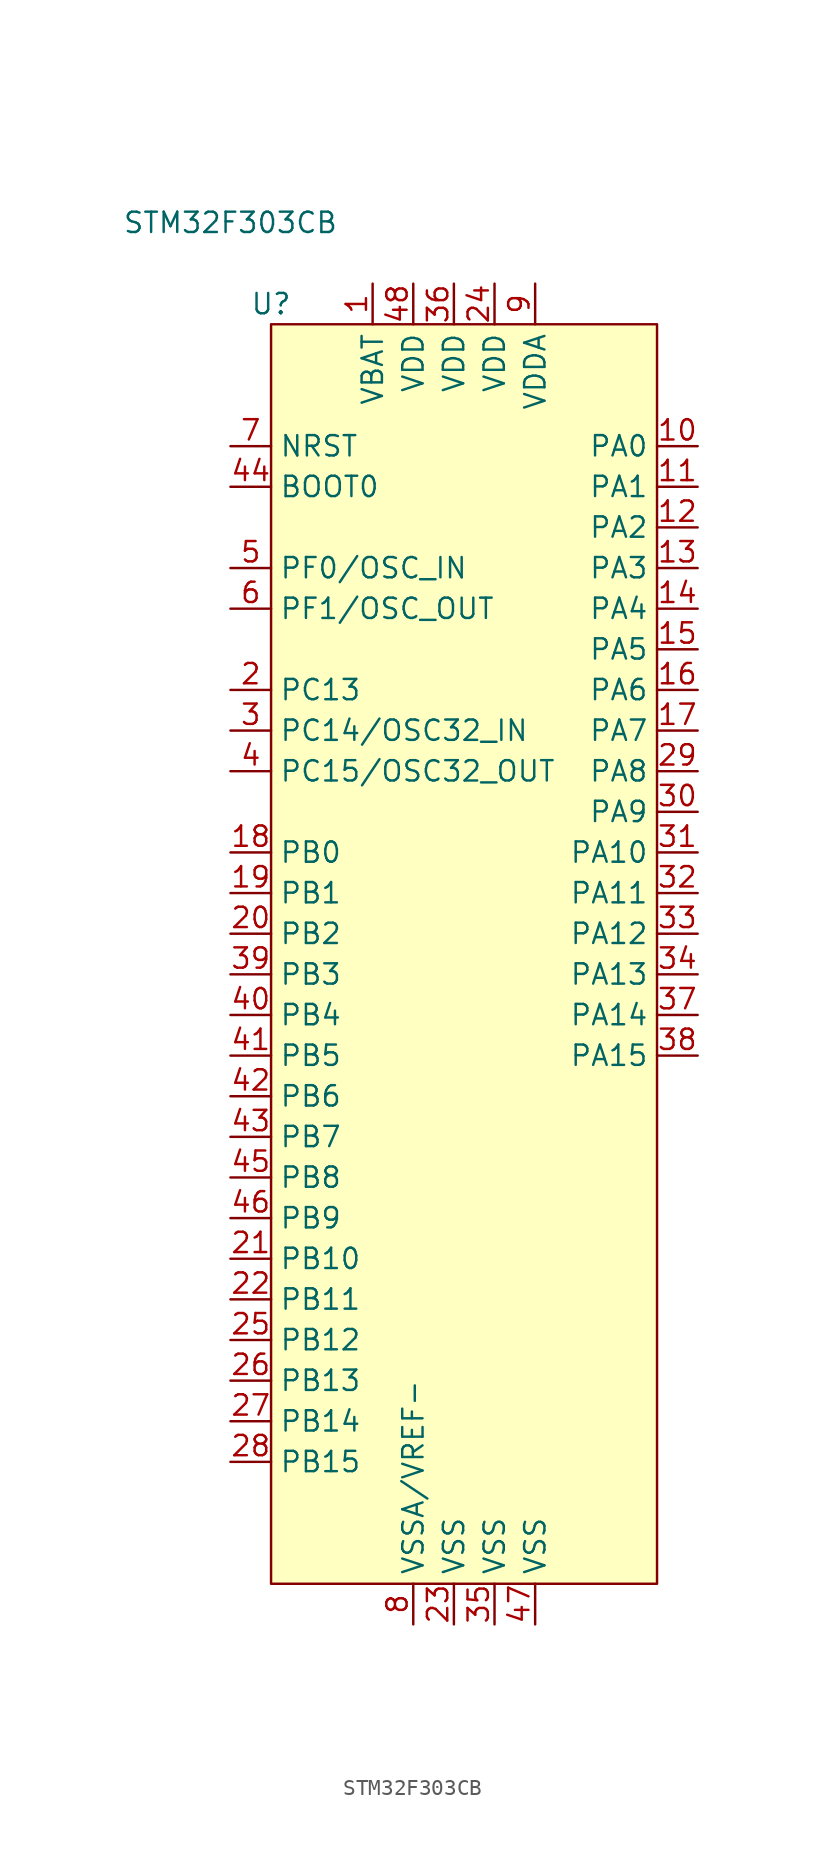
<source format=kicad_sym>
(kicad_symbol_lib
  (version 20220914)
  (generator kicad_symbol_editor)
  (symbol "STM32F303CB"
    (property "Reference" "U"
      (at 16.51 -13.97 0)
      (effects (font (size 1.27 1.27))))
    (property "Value" "STM32F303CB"
      (at 13.97 -8.89 0)
      (effects (font (size 1.27 1.27))))
    (symbol "STM32F303CB_1_1"
      (rectangle (start 16.51 -15.24) (end 40.64 -93.98) (stroke (width 0) (type default)) (fill (type background)))
      (pin power_in line (at 22.86 -12.7 270) (length 2.54) (name "VBAT" (effects (font (size 1.27 1.27)))) (number "1" (effects (font (size 1.27 1.27)))))
      (pin bidirectional line (at 43.18 -22.86 180) (length 2.54) (name "PA0" (effects (font (size 1.27 1.27)))) (number "10" (effects (font (size 1.27 1.27)))))
      (pin bidirectional line (at 43.18 -25.4 180) (length 2.54) (name "PA1" (effects (font (size 1.27 1.27)))) (number "11" (effects (font (size 1.27 1.27)))))
      (pin bidirectional line (at 43.18 -27.94 180) (length 2.54) (name "PA2" (effects (font (size 1.27 1.27)))) (number "12" (effects (font (size 1.27 1.27)))))
      (pin bidirectional line (at 43.18 -30.48 180) (length 2.54) (name "PA3" (effects (font (size 1.27 1.27)))) (number "13" (effects (font (size 1.27 1.27)))))
      (pin bidirectional line (at 43.18 -33.02 180) (length 2.54) (name "PA4" (effects (font (size 1.27 1.27)))) (number "14" (effects (font (size 1.27 1.27)))))
      (pin bidirectional line (at 43.18 -35.56 180) (length 2.54) (name "PA5" (effects (font (size 1.27 1.27)))) (number "15" (effects (font (size 1.27 1.27)))))
      (pin bidirectional line (at 43.18 -38.1 180) (length 2.54) (name "PA6" (effects (font (size 1.27 1.27)))) (number "16" (effects (font (size 1.27 1.27)))))
      (pin bidirectional line (at 43.18 -40.64 180) (length 2.54) (name "PA7" (effects (font (size 1.27 1.27)))) (number "17" (effects (font (size 1.27 1.27)))))
      (pin bidirectional line (at 13.97 -48.26 0) (length 2.54) (name "PB0" (effects (font (size 1.27 1.27)))) (number "18" (effects (font (size 1.27 1.27)))))
      (pin bidirectional line (at 13.97 -50.8 0) (length 2.54) (name "PB1" (effects (font (size 1.27 1.27)))) (number "19" (effects (font (size 1.27 1.27)))))
      (pin bidirectional line (at 13.97 -38.1 0) (length 2.54) (name "PC13" (effects (font (size 1.27 1.27)))) (number "2" (effects (font (size 1.27 1.27)))))
      (pin bidirectional line (at 13.97 -53.34 0) (length 2.54) (name "PB2" (effects (font (size 1.27 1.27)))) (number "20" (effects (font (size 1.27 1.27)))))
      (pin bidirectional line (at 13.97 -73.66 0) (length 2.54) (name "PB10" (effects (font (size 1.27 1.27)))) (number "21" (effects (font (size 1.27 1.27)))))
      (pin bidirectional line (at 13.97 -76.2 0) (length 2.54) (name "PB11" (effects (font (size 1.27 1.27)))) (number "22" (effects (font (size 1.27 1.27)))))
      (pin power_in line (at 27.94 -96.52 90) (length 2.54) (name "VSS" (effects (font (size 1.27 1.27)))) (number "23" (effects (font (size 1.27 1.27)))))
      (pin power_in line (at 30.48 -12.7 270) (length 2.54) (name "VDD" (effects (font (size 1.27 1.27)))) (number "24" (effects (font (size 1.27 1.27)))))
      (pin bidirectional line (at 13.97 -78.74 0) (length 2.54) (name "PB12" (effects (font (size 1.27 1.27)))) (number "25" (effects (font (size 1.27 1.27)))))
      (pin bidirectional line (at 13.97 -81.28 0) (length 2.54) (name "PB13" (effects (font (size 1.27 1.27)))) (number "26" (effects (font (size 1.27 1.27)))))
      (pin bidirectional line (at 13.97 -83.82 0) (length 2.54) (name "PB14" (effects (font (size 1.27 1.27)))) (number "27" (effects (font (size 1.27 1.27)))))
      (pin bidirectional line (at 13.97 -86.36 0) (length 2.54) (name "PB15" (effects (font (size 1.27 1.27)))) (number "28" (effects (font (size 1.27 1.27)))))
      (pin bidirectional line (at 43.18 -43.18 180) (length 2.54) (name "PA8" (effects (font (size 1.27 1.27)))) (number "29" (effects (font (size 1.27 1.27)))))
      (pin bidirectional line (at 13.97 -40.64 0) (length 2.54) (name "PC14/OSC32_IN" (effects (font (size 1.27 1.27)))) (number "3" (effects (font (size 1.27 1.27)))))
      (pin bidirectional line (at 43.18 -45.72 180) (length 2.54) (name "PA9" (effects (font (size 1.27 1.27)))) (number "30" (effects (font (size 1.27 1.27)))))
      (pin bidirectional line (at 43.18 -48.26 180) (length 2.54) (name "PA10" (effects (font (size 1.27 1.27)))) (number "31" (effects (font (size 1.27 1.27)))))
      (pin bidirectional line (at 43.18 -50.8 180) (length 2.54) (name "PA11" (effects (font (size 1.27 1.27)))) (number "32" (effects (font (size 1.27 1.27)))))
      (pin bidirectional line (at 43.18 -53.34 180) (length 2.54) (name "PA12" (effects (font (size 1.27 1.27)))) (number "33" (effects (font (size 1.27 1.27)))))
      (pin bidirectional line (at 43.18 -55.88 180) (length 2.54) (name "PA13" (effects (font (size 1.27 1.27)))) (number "34" (effects (font (size 1.27 1.27)))))
      (pin power_in line (at 30.48 -96.52 90) (length 2.54) (name "VSS" (effects (font (size 1.27 1.27)))) (number "35" (effects (font (size 1.27 1.27)))))
      (pin power_in line (at 27.94 -12.7 270) (length 2.54) (name "VDD" (effects (font (size 1.27 1.27)))) (number "36" (effects (font (size 1.27 1.27)))))
      (pin bidirectional line (at 43.18 -58.42 180) (length 2.54) (name "PA14" (effects (font (size 1.27 1.27)))) (number "37" (effects (font (size 1.27 1.27)))))
      (pin bidirectional line (at 43.18 -60.96 180) (length 2.54) (name "PA15" (effects (font (size 1.27 1.27)))) (number "38" (effects (font (size 1.27 1.27)))))
      (pin bidirectional line (at 13.97 -55.88 0) (length 2.54) (name "PB3" (effects (font (size 1.27 1.27)))) (number "39" (effects (font (size 1.27 1.27)))))
      (pin bidirectional line (at 13.97 -43.18 0) (length 2.54) (name "PC15/OSC32_OUT" (effects (font (size 1.27 1.27)))) (number "4" (effects (font (size 1.27 1.27)))))
      (pin bidirectional line (at 13.97 -58.42 0) (length 2.54) (name "PB4" (effects (font (size 1.27 1.27)))) (number "40" (effects (font (size 1.27 1.27)))))
      (pin bidirectional line (at 13.97 -60.96 0) (length 2.54) (name "PB5" (effects (font (size 1.27 1.27)))) (number "41" (effects (font (size 1.27 1.27)))))
      (pin bidirectional line (at 13.97 -63.5 0) (length 2.54) (name "PB6" (effects (font (size 1.27 1.27)))) (number "42" (effects (font (size 1.27 1.27)))))
      (pin bidirectional line (at 13.97 -66.04 0) (length 2.54) (name "PB7" (effects (font (size 1.27 1.27)))) (number "43" (effects (font (size 1.27 1.27)))))
      (pin input line (at 13.97 -25.4 0) (length 2.54) (name "BOOT0" (effects (font (size 1.27 1.27)))) (number "44" (effects (font (size 1.27 1.27)))))
      (pin bidirectional line (at 13.97 -68.58 0) (length 2.54) (name "PB8" (effects (font (size 1.27 1.27)))) (number "45" (effects (font (size 1.27 1.27)))))
      (pin bidirectional line (at 13.97 -71.12 0) (length 2.54) (name "PB9" (effects (font (size 1.27 1.27)))) (number "46" (effects (font (size 1.27 1.27)))))
      (pin power_in line (at 33.02 -96.52 90) (length 2.54) (name "VSS" (effects (font (size 1.27 1.27)))) (number "47" (effects (font (size 1.27 1.27)))))
      (pin power_in line (at 25.4 -12.7 270) (length 2.54) (name "VDD" (effects (font (size 1.27 1.27)))) (number "48" (effects (font (size 1.27 1.27)))))
      (pin bidirectional line (at 13.97 -30.48 0) (length 2.54) (name "PF0/OSC_IN" (effects (font (size 1.27 1.27)))) (number "5" (effects (font (size 1.27 1.27)))))
      (pin bidirectional line (at 13.97 -33.02 0) (length 2.54) (name "PF1/OSC_OUT" (effects (font (size 1.27 1.27)))) (number "6" (effects (font (size 1.27 1.27)))))
      (pin bidirectional line (at 13.97 -22.86 0) (length 2.54) (name "NRST" (effects (font (size 1.27 1.27)))) (number "7" (effects (font (size 1.27 1.27)))))
      (pin power_in line (at 25.4 -96.52 90) (length 2.54) (name "VSSA/VREF-" (effects (font (size 1.27 1.27)))) (number "8" (effects (font (size 1.27 1.27)))))
      (pin power_in line (at 33.02 -12.7 270) (length 2.54) (name "VDDA" (effects (font (size 1.27 1.27)))) (number "9" (effects (font (size 1.27 1.27))))))))
</source>
